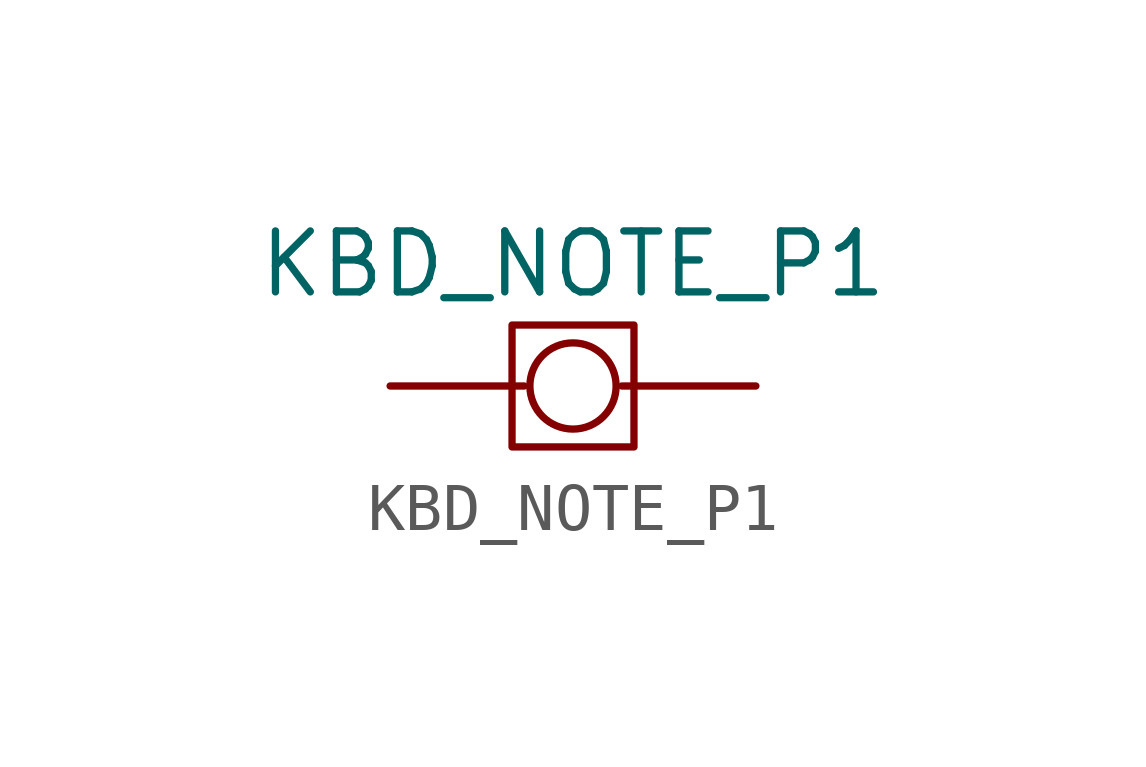
<source format=kicad_sym>
(kicad_symbol_lib
  (version 20211014)
  (generator kicad_symbol_editor)
  (symbol "KBD_NOTE_P1"
    (property "Reference" "KBDN"
      (at -29.21 22.86 0)
      (effects (font (size 1.27 1.27)) hide))
    (property "Value" "KBD_NOTE_P1"
      (at 0 2.54 0)
      (effects (font (size 1.27 1.27))))
    (symbol "KBD_NOTE_P1_0_1"
      (rectangle (start -1.27 1.27) (end 1.27 -1.27) (stroke (width 0) (type default) (color 0 0 0 0)) (fill (type none)))
      (polyline (pts (xy -1.016 0) (xy -1.27 0)) (stroke (width 0) (type default) (color 0 0 0 0)) (fill (type none)))
      (polyline (pts (xy 1.016 0) (xy 1.27 0)) (stroke (width 0) (type default) (color 0 0 0 0)) (fill (type none)))
      (circle (center 0 0) (radius 0.898) (stroke (width 0) (type default) (color 0 0 0 0)) (fill (type none))))
    (symbol "KBD_NOTE_P1_1_1"
      (pin input line (at -3.81 0 0) (length 2.54) (name "" (effects (font (size 1.27 1.27)))) (number "" (effects (font (size 1.27 1.27)))))
      (pin input line (at 3.81 0 180) (length 2.54) (name "" (effects (font (size 1.27 1.27)))) (number "" (effects (font (size 1.27 1.27))))))))
</source>
